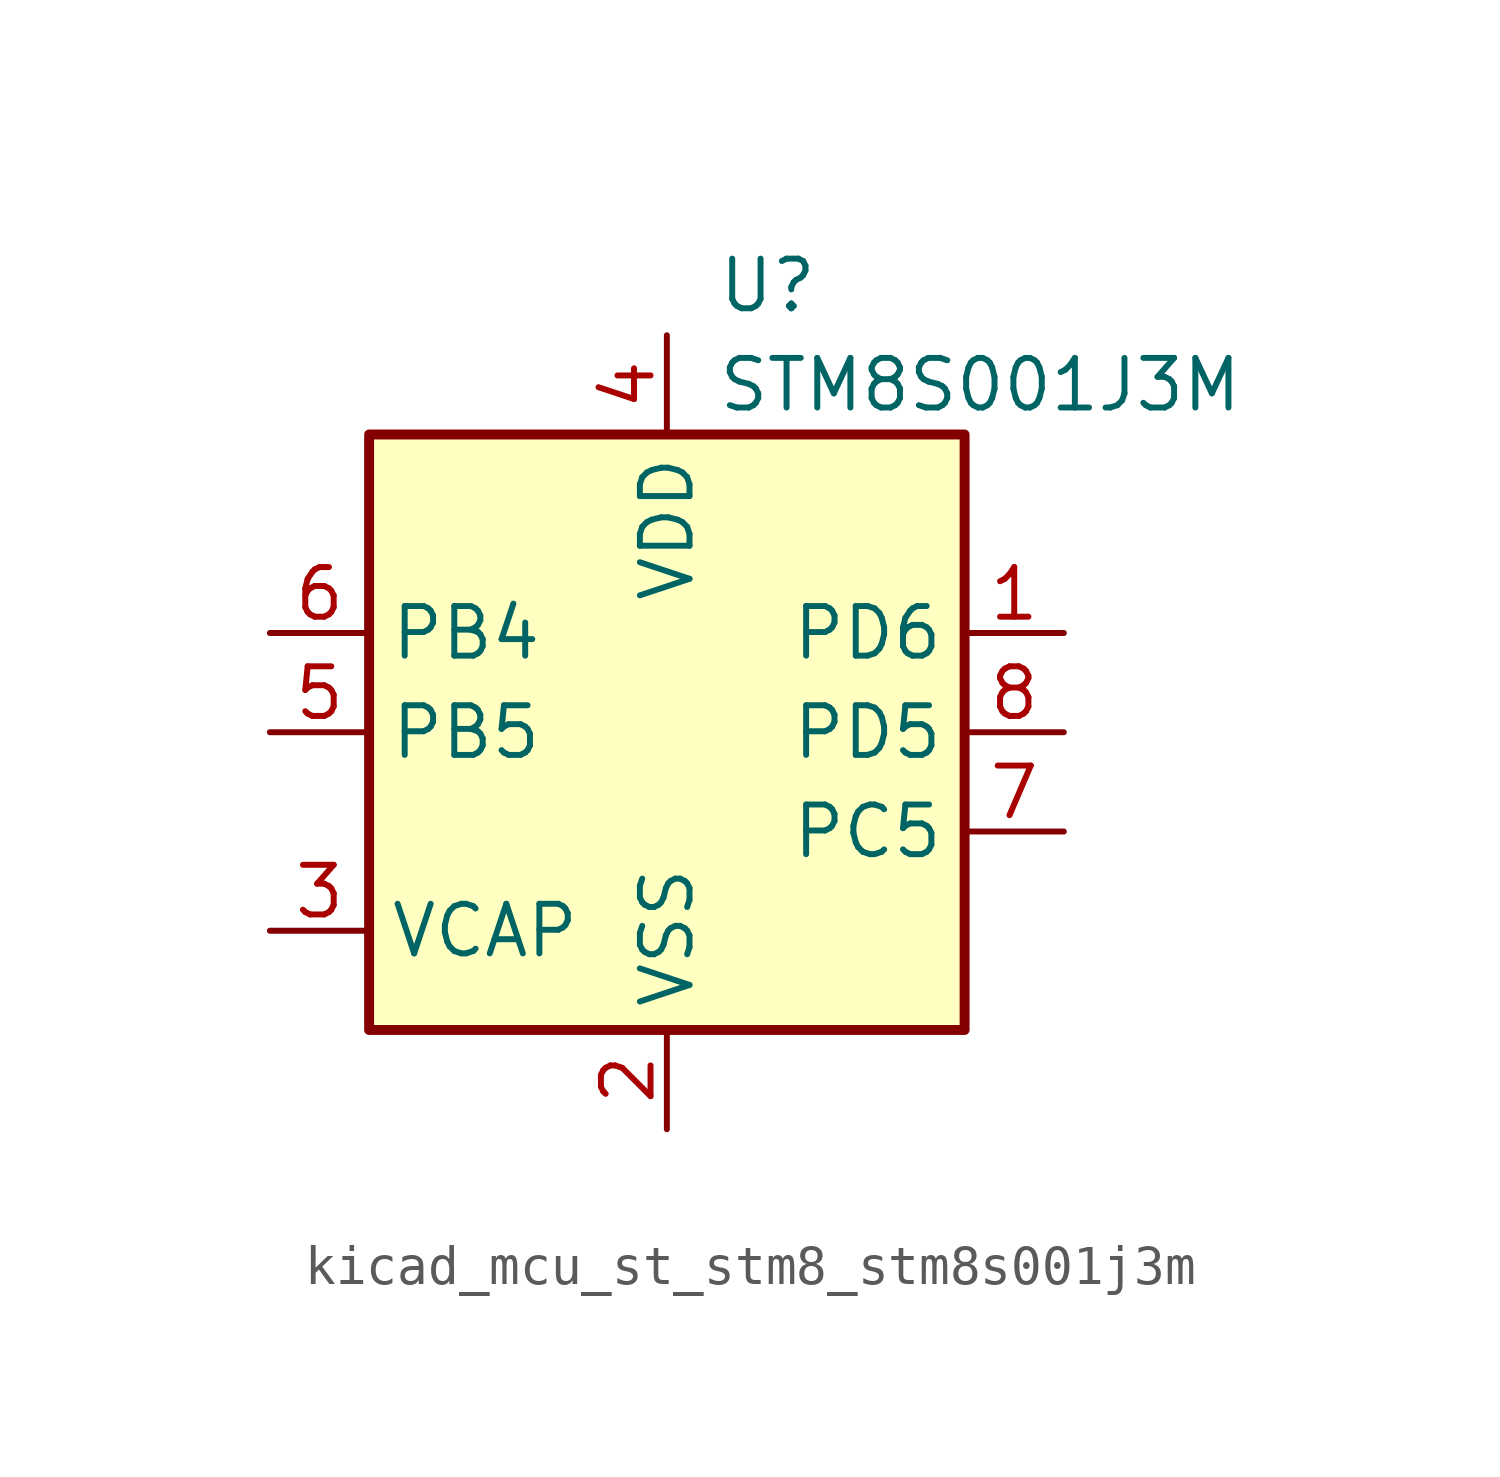
<source format=kicad_sym>
(kicad_symbol_lib
  (version 20220914)
  (generator kicad_symbol_editor)
  (symbol "kicad_mcu_st_stm8_stm8s001j3m"
    (property "Reference" "U"
      (at 1.27 11.43 0)
      (effects (font (size 1.27 1.27)) (justify left)))
    (property "Value" "STM8S001J3M"
      (at 1.27 8.89 0)
      (effects (font (size 1.27 1.27)) (justify left)))
    (symbol "kicad_mcu_st_stm8_stm8s001j3m_0_1"
      (rectangle (start -7.62 7.62) (end 7.62 -7.62) (stroke (width 0.254) (type default)) (fill (type background))))
    (symbol "kicad_mcu_st_stm8_stm8s001j3m_1_1"
      (pin bidirectional line (at 10.16 2.54 180) (length 2.54) (name "PD6" (effects (font (size 1.27 1.27)))) (number "1" (effects (font (size 1.27 1.27)))))
      (pin power_in line (at 0 -10.16 90) (length 2.54) (name "VSS" (effects (font (size 1.27 1.27)))) (number "2" (effects (font (size 1.27 1.27)))))
      (pin passive line (at -10.16 -5.08 0) (length 2.54) (name "VCAP" (effects (font (size 1.27 1.27)))) (number "3" (effects (font (size 1.27 1.27)))))
      (pin power_in line (at 0 10.16 270) (length 2.54) (name "VDD" (effects (font (size 1.27 1.27)))) (number "4" (effects (font (size 1.27 1.27)))))
      (pin bidirectional line (at -10.16 0 0) (length 2.54) (name "PB5" (effects (font (size 1.27 1.27)))) (number "5" (effects (font (size 1.27 1.27)))))
      (pin bidirectional line (at -10.16 2.54 0) (length 2.54) (name "PB4" (effects (font (size 1.27 1.27)))) (number "6" (effects (font (size 1.27 1.27)))))
      (pin bidirectional line (at 10.16 -2.54 180) (length 2.54) (name "PC5" (effects (font (size 1.27 1.27)))) (number "7" (effects (font (size 1.27 1.27)))))
      (pin bidirectional line (at 10.16 0 180) (length 2.54) (name "PD5" (effects (font (size 1.27 1.27)))) (number "8" (effects (font (size 1.27 1.27))))))))
</source>
